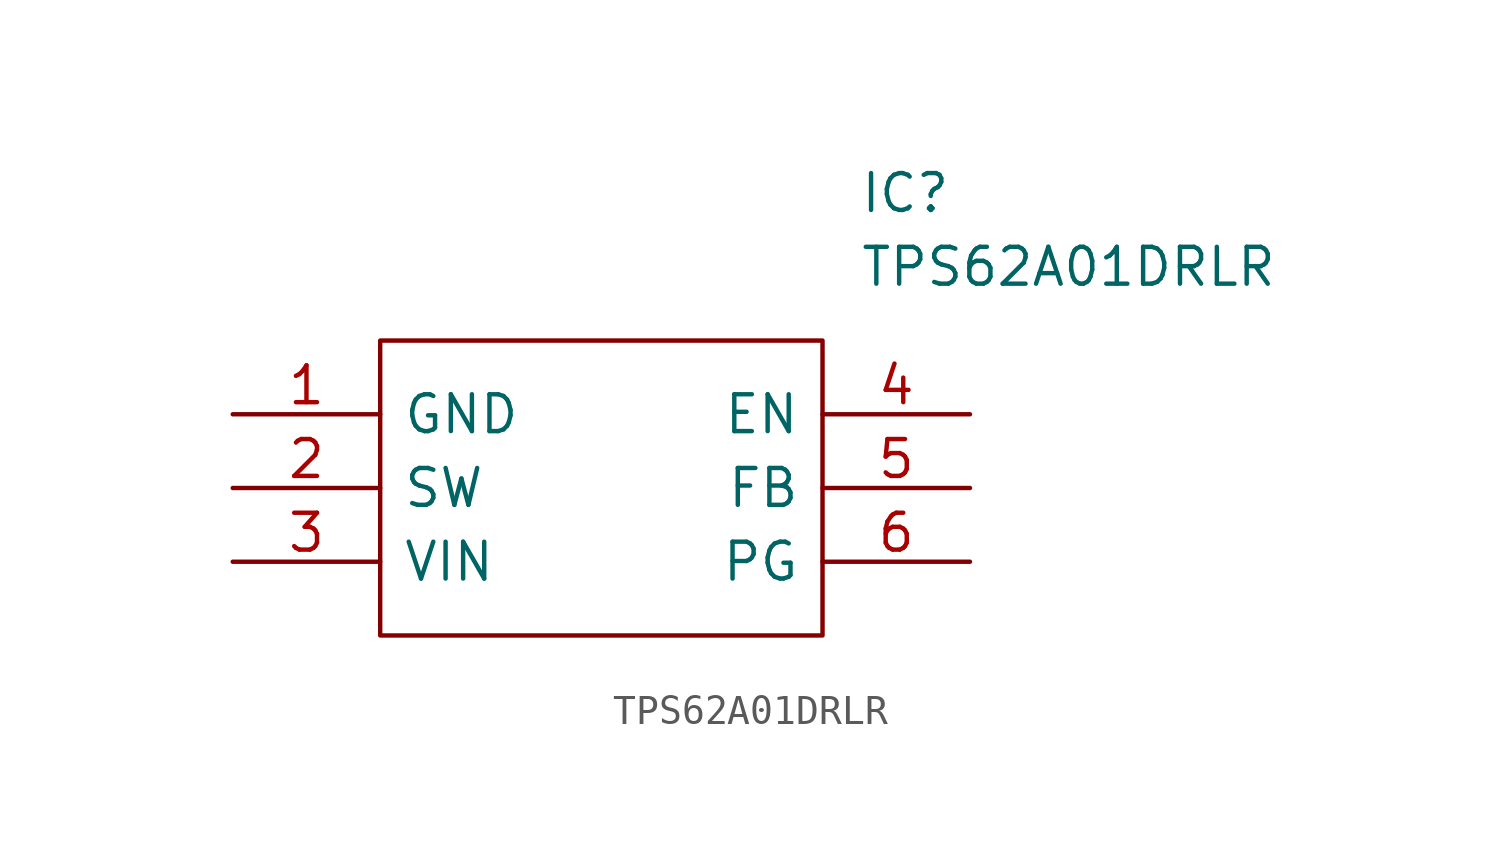
<source format=kicad_sym>
(kicad_symbol_lib
  (version 20220914)
  (generator kicad_symbol_editor)
  (symbol "TPS62A01DRLR"
    (pin_names
      (offset 0.762))
    (property "Reference" "IC"
      (at 21.59 7.62 0)
      (effects (font (size 1.27 1.27)) (justify left)))
    (property "Value" "TPS62A01DRLR"
      (at 21.59 5.08 0)
      (effects (font (size 1.27 1.27)) (justify left)))
    (symbol "TPS62A01DRLR_0_0"
      (pin passive line (at 0 0 0) (length 5.08) (name "GND" (effects (font (size 1.27 1.27)))) (number "1" (effects (font (size 1.27 1.27)))))
      (pin passive line (at 0 -2.54 0) (length 5.08) (name "SW" (effects (font (size 1.27 1.27)))) (number "2" (effects (font (size 1.27 1.27)))))
      (pin passive line (at 0 -5.08 0) (length 5.08) (name "VIN" (effects (font (size 1.27 1.27)))) (number "3" (effects (font (size 1.27 1.27)))))
      (pin passive line (at 25.4 0 180) (length 5.08) (name "EN" (effects (font (size 1.27 1.27)))) (number "4" (effects (font (size 1.27 1.27)))))
      (pin passive line (at 25.4 -2.54 180) (length 5.08) (name "FB" (effects (font (size 1.27 1.27)))) (number "5" (effects (font (size 1.27 1.27)))))
      (pin passive line (at 25.4 -5.08 180) (length 5.08) (name "PG" (effects (font (size 1.27 1.27)))) (number "6" (effects (font (size 1.27 1.27))))))
    (symbol "TPS62A01DRLR_0_1"
      (polyline (pts (xy 5.08 2.54) (xy 20.32 2.54) (xy 20.32 -7.62) (xy 5.08 -7.62) (xy 5.08 2.54)) (stroke (width 0.152) (type solid)) (fill (type none))))))
</source>
